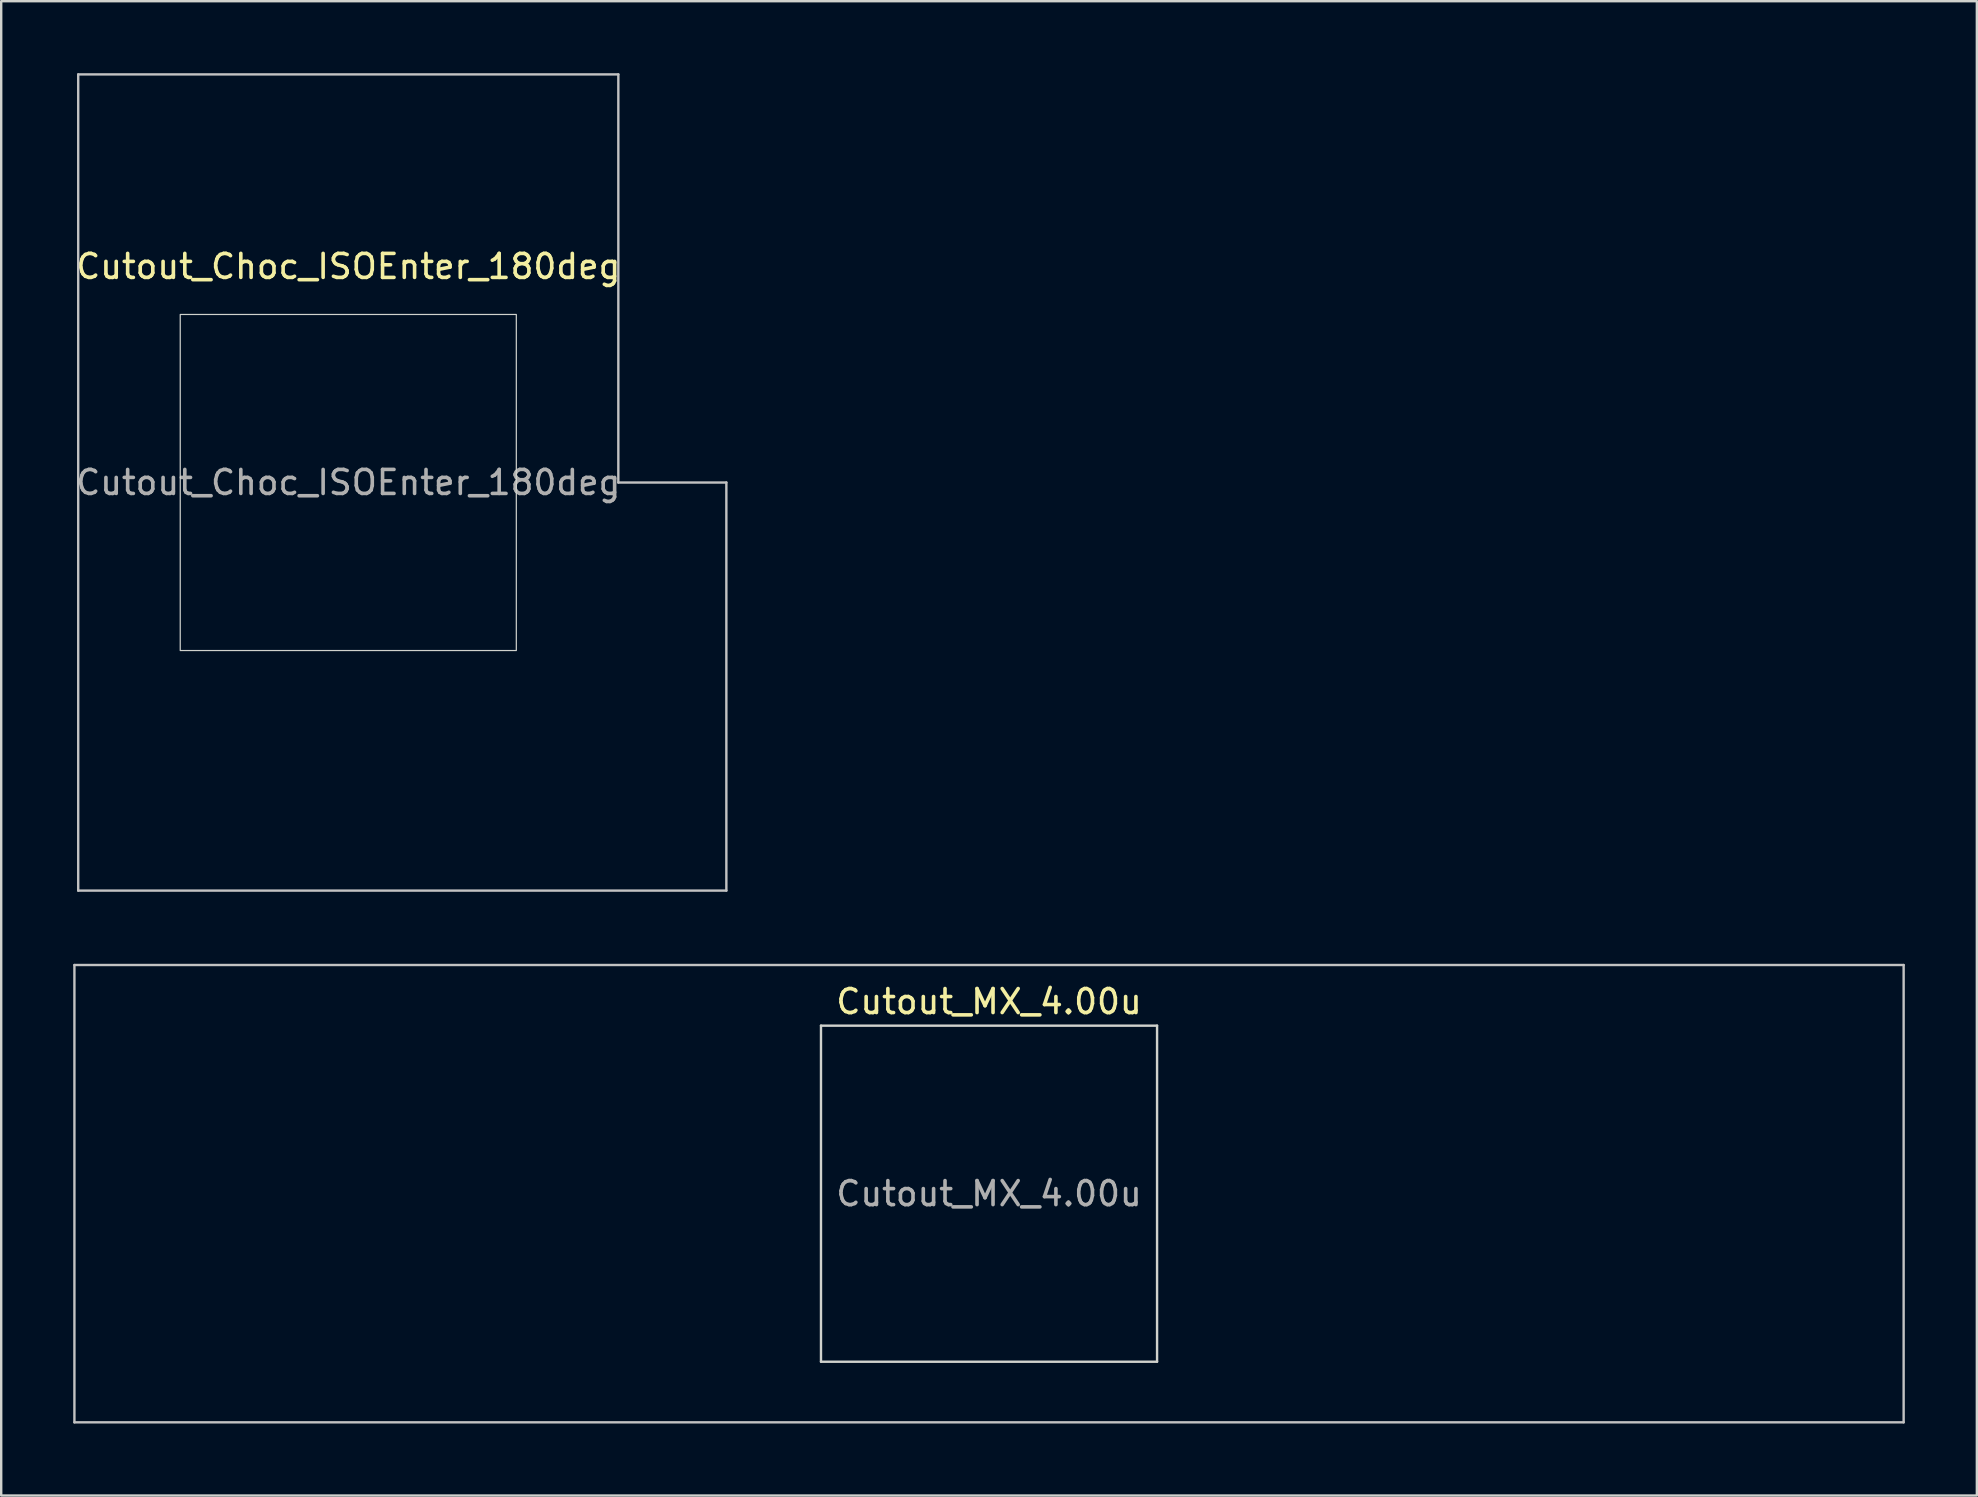
<source format=kicad_pcb>
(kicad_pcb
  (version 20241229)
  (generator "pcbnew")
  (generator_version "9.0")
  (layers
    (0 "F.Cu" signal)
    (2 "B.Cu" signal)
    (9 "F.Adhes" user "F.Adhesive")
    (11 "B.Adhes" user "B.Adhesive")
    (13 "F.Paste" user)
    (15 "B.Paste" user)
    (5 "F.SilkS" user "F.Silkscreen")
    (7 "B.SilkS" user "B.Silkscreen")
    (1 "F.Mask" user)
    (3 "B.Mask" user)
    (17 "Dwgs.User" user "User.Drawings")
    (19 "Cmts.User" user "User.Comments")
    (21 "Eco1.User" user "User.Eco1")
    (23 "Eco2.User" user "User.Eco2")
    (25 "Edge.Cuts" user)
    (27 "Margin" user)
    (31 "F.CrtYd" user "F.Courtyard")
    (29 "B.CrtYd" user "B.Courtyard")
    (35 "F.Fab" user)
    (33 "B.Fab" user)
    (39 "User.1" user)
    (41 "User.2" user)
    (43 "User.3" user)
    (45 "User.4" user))
  (footprint "Cutout_Choc_ISOEnter_180deg"
    (layer "F.Cu")
    (at 11.458 17.05)
    (property "Reference" "Cutout_Choc_ISOEnter_180deg" (at 0 -9 0) (layer "F.SilkS") (effects (font (size 1 1) (thickness 0.15))))
    (attr through_hole)
    (fp_line (start -11.25 -17) (end -11.25 17) (stroke (width 0.1) (type solid)) (layer "Dwgs.User"))
    (fp_line (start -11.25 17) (end 15.75 17) (stroke (width 0.1) (type solid)) (layer "Dwgs.User"))
    (fp_line (start 11.25 -17) (end -11.25 -17) (stroke (width 0.1) (type solid)) (layer "Dwgs.User"))
    (fp_line (start 11.25 0) (end 11.25 -17) (stroke (width 0.1) (type solid)) (layer "Dwgs.User"))
    (fp_line (start 15.75 0) (end 11.25 0) (stroke (width 0.1) (type solid)) (layer "Dwgs.User"))
    (fp_line (start 15.75 17) (end 15.75 0) (stroke (width 0.1) (type solid)) (layer "Dwgs.User"))
    (fp_rect (start -7 -7) (end 7 7) (stroke (width 0.05) (type default)) (fill no) (layer "Edge.Cuts"))
    (fp_text user "${REFERENCE}" (at 0 0 0) (layer "F.Fab") (effects (font (size 1 1) (thickness 0.15)))))
  (footprint "Cutout_MX_4.00u"
    (layer "F.Cu")
    (at 38.15 46.675)
    (property "Reference" "Cutout_MX_4.00u" (at 0 -8 0) (layer "F.SilkS") (effects (font (size 1 1) (thickness 0.15))))
    (attr through_hole)
    (fp_line (start -38.1 -9.525) (end -38.1 9.525) (stroke (width 0.1) (type solid)) (layer "Dwgs.User"))
    (fp_line (start -38.1 9.525) (end 38.1 9.525) (stroke (width 0.1) (type solid)) (layer "Dwgs.User"))
    (fp_line (start 38.1 -9.525) (end -38.1 -9.525) (stroke (width 0.1) (type solid)) (layer "Dwgs.User"))
    (fp_line (start 38.1 9.525) (end 38.1 -9.525) (stroke (width 0.1) (type solid)) (layer "Dwgs.User"))
    (fp_line (start -7 -7) (end -7 7) (stroke (width 0.1) (type solid)) (layer "Edge.Cuts"))
    (fp_line (start -7 7) (end 7 7) (stroke (width 0.1) (type solid)) (layer "Edge.Cuts"))
    (fp_line (start 7 -7) (end -7 -7) (stroke (width 0.1) (type solid)) (layer "Edge.Cuts"))
    (fp_line (start 7 7) (end 7 -7) (stroke (width 0.1) (type solid)) (layer "Edge.Cuts"))
    (fp_text user "${REFERENCE}" (at 0 0 0) (layer "F.Fab") (effects (font (size 1 1) (thickness 0.15)))))
  (gr_rect
    (start -3 -3)
    (end 79.3 59.25)
    (stroke (width 0.1) (type default))
    (fill no)
    (layer "Edge.Cuts")))
</source>
